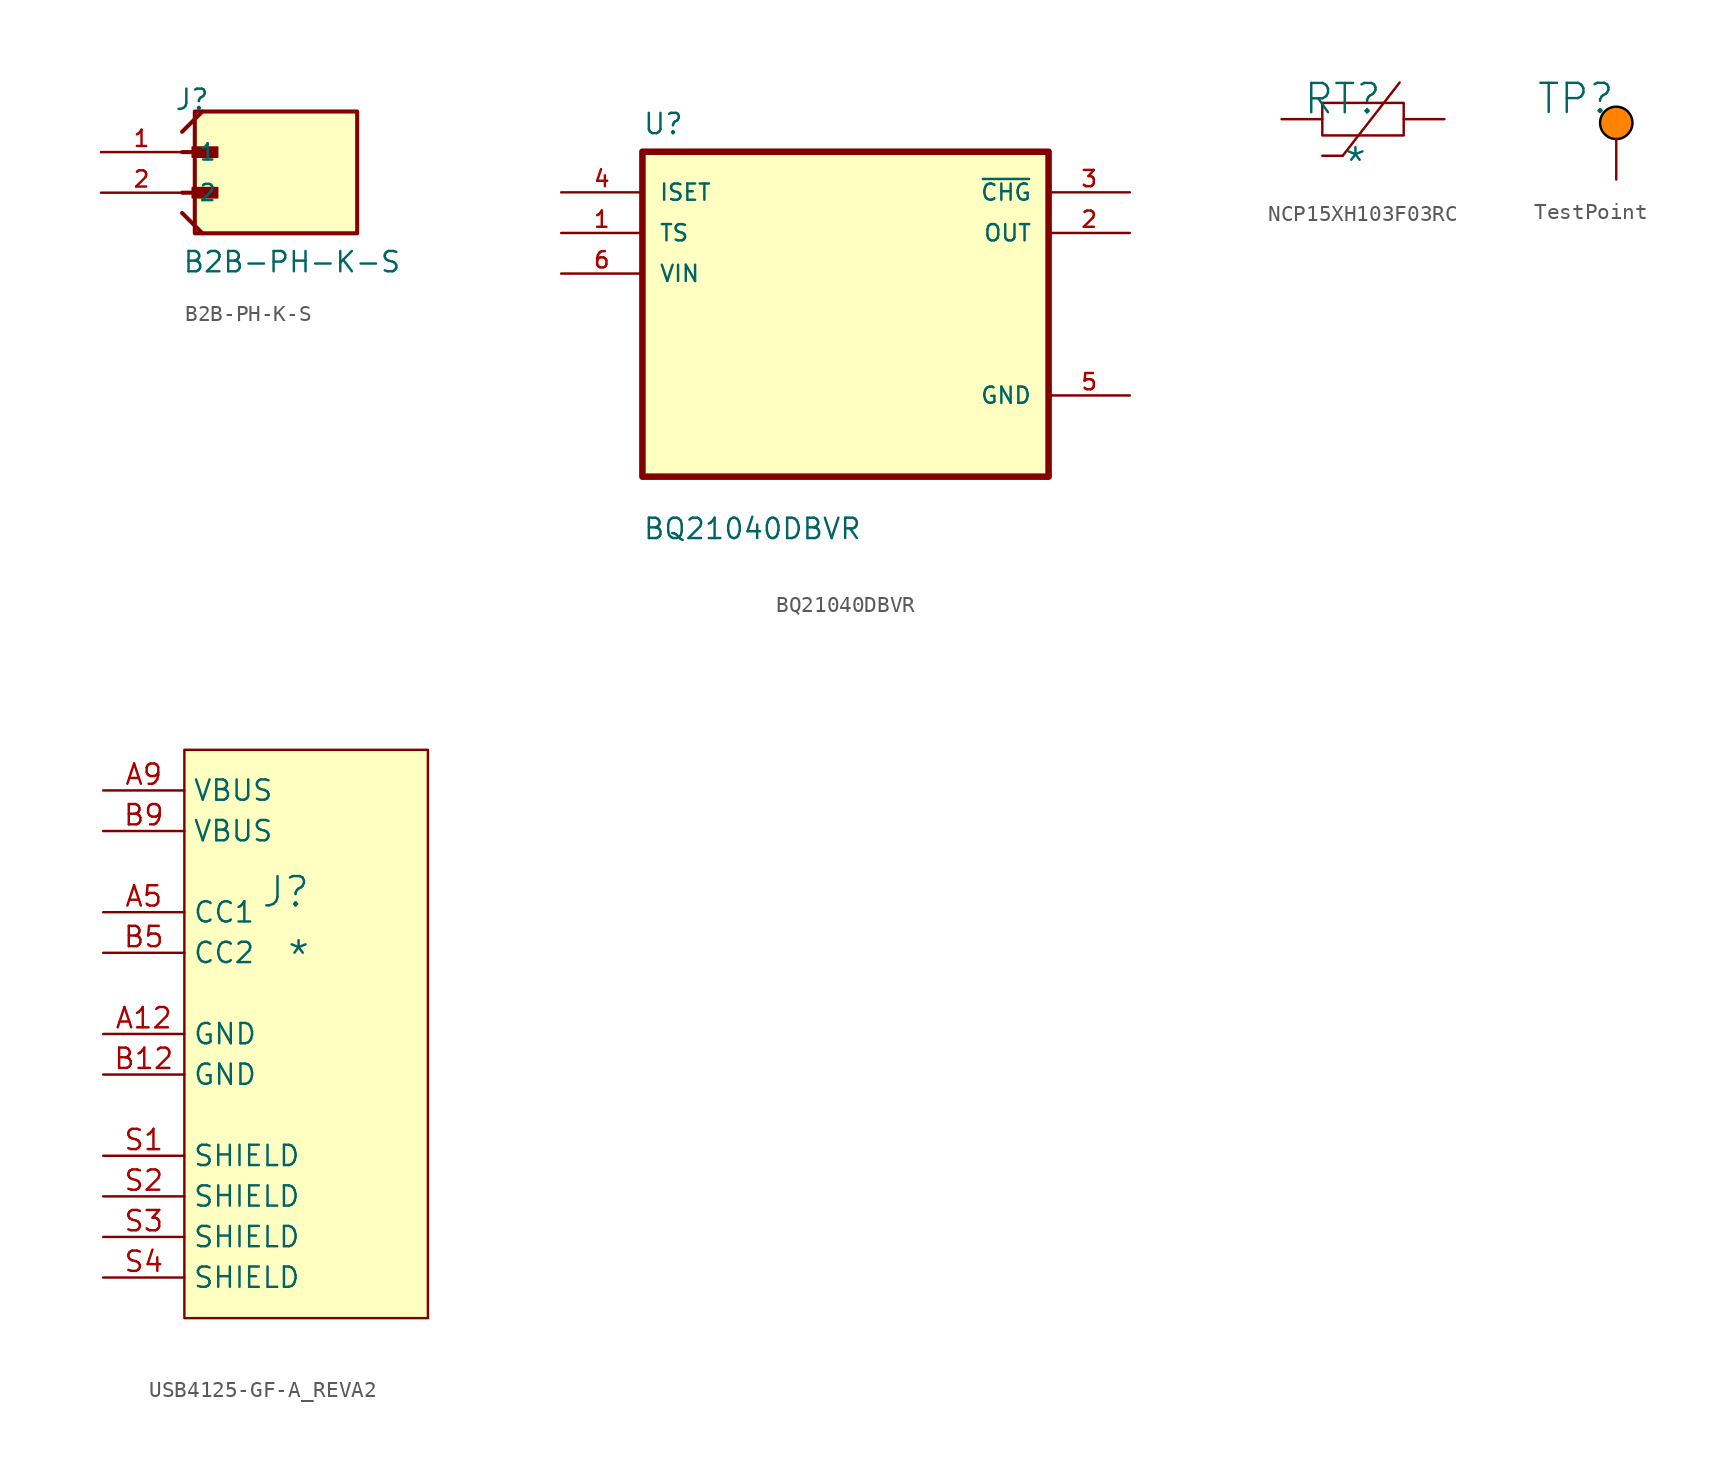
<source format=kicad_sym>
(kicad_symbol_lib
  (version 20241209)
  (generator "kicad_symbol_editor")
  (generator_version "9.0")
  (symbol "B2B-PH-K-S"
    (pin_names
      (offset 1.016))
    (property "Reference" "J"
      (at -5.58 5.08 0)
      (effects (font (size 1.27 1.27)) (justify left bottom)))
    (property "Value" "B2B-PH-K-S"
      (at -5.08 -5.08 0)
      (effects (font (size 1.27 1.27)) (justify left bottom)))
    (symbol "B2B-PH-K-S_0_0"
      (polyline (pts (xy -5.08 3.81) (xy -3.81 5.08)) (stroke (width 0.254) (type default)) (fill (type none)))
      (polyline (pts (xy -5.08 2.54) (xy -3.175 2.54)) (stroke (width 0.254) (type default)) (fill (type none)))
      (polyline (pts (xy -5.08 0) (xy -3.175 0)) (stroke (width 0.254) (type default)) (fill (type none)))
      (polyline (pts (xy -5.08 -1.27) (xy -3.81 -2.54)) (stroke (width 0.254) (type default)) (fill (type none)))
      (rectangle (start -4.445 2.223) (end -2.857 2.857) (stroke (width 0.1) (type default)) (fill (type outline)))
      (rectangle (start -4.445 -0.318) (end -2.857 0.318) (stroke (width 0.1) (type default)) (fill (type outline)))
      (rectangle (start -4.286 -2.54) (end 5.874 5.08) (stroke (width 0.254) (type default)) (fill (type background)))
      (pin passive line (at -10.16 2.54 0) (length 5.08) (name "1" (effects (font (size 1.016 1.016)))) (number "1" (effects (font (size 1.016 1.016)))))
      (pin passive line (at -10.16 0 0) (length 5.08) (name "2" (effects (font (size 1.016 1.016)))) (number "2" (effects (font (size 1.016 1.016)))))))
  (symbol "BQ21040DBVR"
    (pin_names
      (offset 1.016))
    (property "Reference" "U"
      (at -12.7 11.16 0)
      (effects (font (size 1.27 1.27)) (justify left bottom)))
    (property "Value" "BQ21040DBVR"
      (at -12.7 -14.16 0)
      (effects (font (size 1.27 1.27)) (justify left bottom)))
    (symbol "BQ21040DBVR_0_0"
      (rectangle (start -12.7 -10.16) (end 12.7 10.16) (stroke (width 0.41) (type default)) (fill (type background)))
      (pin input line (at -17.78 7.62 0) (length 5.08) (name "ISET" (effects (font (size 1.016 1.016)))) (number "4" (effects (font (size 1.016 1.016)))))
      (pin input line (at -17.78 5.08 0) (length 5.08) (name "TS" (effects (font (size 1.016 1.016)))) (number "1" (effects (font (size 1.016 1.016)))))
      (pin input line (at -17.78 2.54 0) (length 5.08) (name "VIN" (effects (font (size 1.016 1.016)))) (number "6" (effects (font (size 1.016 1.016)))))
      (pin output line (at 17.78 7.62 180) (length 5.08) (name "~{CHG}" (effects (font (size 1.016 1.016)))) (number "3" (effects (font (size 1.016 1.016)))))
      (pin output line (at 17.78 5.08 180) (length 5.08) (name "OUT" (effects (font (size 1.016 1.016)))) (number "2" (effects (font (size 1.016 1.016)))))
      (pin power_in line (at 17.78 -5.08 180) (length 5.08) (name "GND" (effects (font (size 1.016 1.016)))) (number "5" (effects (font (size 1.016 1.016)))))))
  (symbol "NCP15XH103F03RC"
    (pin_numbers
      (hide yes))
    (pin_names
      (hide yes))
    (property "Reference" "RT"
      (at -1.27 1.27 0)
      (effects (font (size 1.829 1.829))))
    (property "Value" "*"
      (at -1.27 -3.81 0)
      (effects (font (size 1.829 1.829)) (justify left bottom)))
    (symbol "NCP15XH103F03RC_1_0"
      (polyline (pts (xy -1.27 -2.286) (xy -2.54 -2.286)) (stroke (width 0) (type solid)) (fill (type none)))
      (polyline (pts (xy -1.27 -2.286) (xy 2.286 2.286)) (stroke (width 0) (type solid)) (fill (type none)))
      (rectangle (start 2.54 1.016) (end -2.54 -1.016) (stroke (width 0) (type solid)) (fill (type none)))
      (pin passive line (at -5.08 0 0) (length 2.54) (name "1" (effects (font (size 1.27 1.27)))) (number "1" (effects (font (size 1.27 1.27)))))
      (pin passive line (at 5.08 0 180) (length 2.54) (name "2" (effects (font (size 1.27 1.27)))) (number "2" (effects (font (size 1.27 1.27)))))))
  (symbol "TestPoint"
    (pin_numbers
      (hide yes))
    (pin_names
      (hide yes))
    (property "Reference" "TP"
      (at -2.54 2.54 0)
      (effects (font (size 1.829 1.829))))
    (symbol "TestPoint_1_0"
      (circle (center 0 1.016) (radius 1.016) (stroke (width 0) (type solid) (color 0 0 0 1)) (fill (type color) (color 253 131 0 1)))
      (pin passive line (at 0 -2.54 90) (length 2.54) (name "1" (effects (font (size 1.27 1.27)))) (number "1" (effects (font (size 1.27 1.27)))))))
  (symbol "USB4125-GF-A_REVA2"
    (property "Reference" "J"
      (at -1.27 1.27 0)
      (effects (font (size 1.829 1.829))))
    (property "Value" "*"
      (at -1.27 -3.81 0)
      (effects (font (size 1.829 1.829)) (justify left bottom)))
    (symbol "USB4125-GF-A_REVA2_1_0"
      (rectangle (start 7.62 10.16) (end -7.62 -25.4) (stroke (width 0) (type solid) (color 128 0 0 1)) (fill (type background)))
      (pin power_in line (at -12.7 7.62 0) (length 5.08) (name "VBUS" (effects (font (size 1.27 1.27)))) (number "A9" (effects (font (size 1.27 1.27)))))
      (pin power_in line (at -12.7 5.08 0) (length 5.08) (name "VBUS" (effects (font (size 1.27 1.27)))) (number "B9" (effects (font (size 1.27 1.27)))))
      (pin bidirectional line (at -12.7 0 0) (length 5.08) (name "CC1" (effects (font (size 1.27 1.27)))) (number "A5" (effects (font (size 1.27 1.27)))))
      (pin bidirectional line (at -12.7 -2.54 0) (length 5.08) (name "CC2" (effects (font (size 1.27 1.27)))) (number "B5" (effects (font (size 1.27 1.27)))))
      (pin power_in line (at -12.7 -7.62 0) (length 5.08) (name "GND" (effects (font (size 1.27 1.27)))) (number "A12" (effects (font (size 1.27 1.27)))))
      (pin power_in line (at -12.7 -10.16 0) (length 5.08) (name "GND" (effects (font (size 1.27 1.27)))) (number "B12" (effects (font (size 1.27 1.27)))))
      (pin passive line (at -12.7 -15.24 0) (length 5.08) (name "SHIELD" (effects (font (size 1.27 1.27)))) (number "S1" (effects (font (size 1.27 1.27)))))
      (pin passive line (at -12.7 -17.78 0) (length 5.08) (name "SHIELD" (effects (font (size 1.27 1.27)))) (number "S2" (effects (font (size 1.27 1.27)))))
      (pin passive line (at -12.7 -20.32 0) (length 5.08) (name "SHIELD" (effects (font (size 1.27 1.27)))) (number "S3" (effects (font (size 1.27 1.27)))))
      (pin passive line (at -12.7 -22.86 0) (length 5.08) (name "SHIELD" (effects (font (size 1.27 1.27)))) (number "S4" (effects (font (size 1.27 1.27))))))))
</source>
